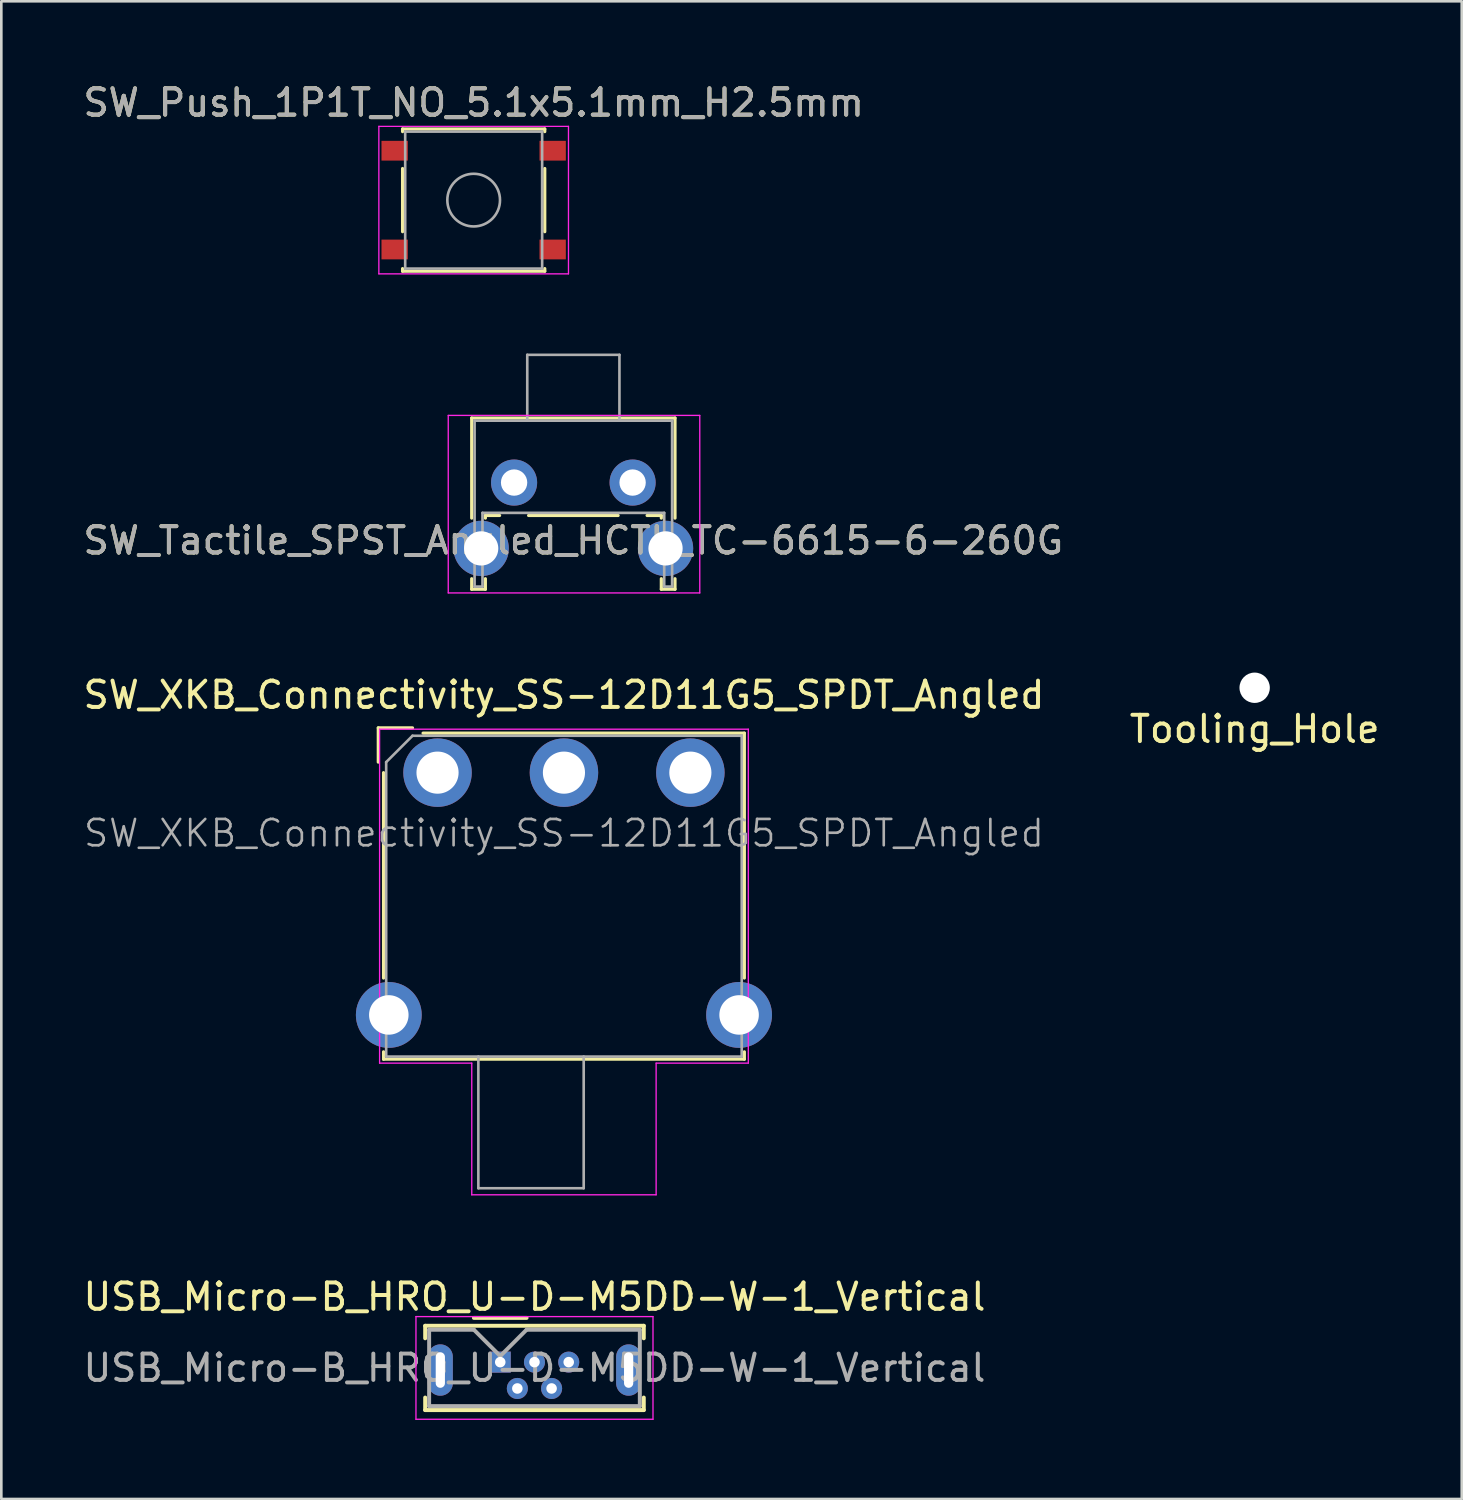
<source format=kicad_pcb>
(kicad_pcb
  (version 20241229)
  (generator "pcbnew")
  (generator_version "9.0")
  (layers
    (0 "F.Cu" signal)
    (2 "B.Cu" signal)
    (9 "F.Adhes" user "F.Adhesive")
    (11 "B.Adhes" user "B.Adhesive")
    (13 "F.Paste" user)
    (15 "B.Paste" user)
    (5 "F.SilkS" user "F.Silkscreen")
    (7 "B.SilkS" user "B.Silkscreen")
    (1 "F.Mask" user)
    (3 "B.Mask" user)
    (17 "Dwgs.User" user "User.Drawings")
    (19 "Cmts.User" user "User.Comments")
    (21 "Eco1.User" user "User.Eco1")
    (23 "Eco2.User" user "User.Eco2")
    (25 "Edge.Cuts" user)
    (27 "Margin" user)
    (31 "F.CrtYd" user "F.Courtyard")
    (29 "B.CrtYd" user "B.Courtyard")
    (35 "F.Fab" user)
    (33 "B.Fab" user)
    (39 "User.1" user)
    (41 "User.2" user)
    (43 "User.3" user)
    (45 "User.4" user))
  (footprint "Tooling_Hole"
    (layer "F.Cu")
    (at 44.589 23.064)
    (property "Reference" "Tooling_Hole" (at 0 1.57 0) (layer "F.SilkS") (effects (font (size 1 1) (thickness 0.15))))
    (attr through_hole)
    (pad "" np_thru_hole circle (at 0 0) (size 1.152 1.152) (drill 1.152) (layers "*.Cu" "*.Mask")))
  (footprint "SW_Push_1P1T_NO_5.1x5.1mm_H2.5mm"
    (layer "F.Cu")
    (at 14.935 4.548)
    (property "Reference" "SW_Push_1P1T_NO_5.1x5.1mm_H2.5mm" (at 0 -3.7 0) (layer "F.SilkS") (effects (font (size 1 1) (thickness 0.15))))
    (attr smd)
    (fp_line (start -2.7 -2.7) (end -2.7 -2.6) (stroke (width 0.12) (type solid)) (layer "F.SilkS"))
    (fp_line (start -2.7 -2.7) (end 2.7 -2.7) (stroke (width 0.12) (type solid)) (layer "F.SilkS"))
    (fp_line (start -2.7 -1.2) (end -2.7 1.2) (stroke (width 0.12) (type solid)) (layer "F.SilkS"))
    (fp_line (start -2.7 2.7) (end -2.7 2.6) (stroke (width 0.12) (type solid)) (layer "F.SilkS"))
    (fp_line (start -2.7 2.7) (end 2.7 2.7) (stroke (width 0.12) (type solid)) (layer "F.SilkS"))
    (fp_line (start 2.7 -2.7) (end 2.7 -2.6) (stroke (width 0.12) (type solid)) (layer "F.SilkS"))
    (fp_line (start 2.7 -1.2) (end 2.7 1.2) (stroke (width 0.12) (type solid)) (layer "F.SilkS"))
    (fp_line (start 2.7 2.7) (end 2.7 2.6) (stroke (width 0.12) (type solid)) (layer "F.SilkS"))
    (fp_line (start -3.6 -2.8) (end -3.6 2.8) (stroke (width 0.05) (type solid)) (layer "F.CrtYd"))
    (fp_line (start -3.6 -2.8) (end 3.6 -2.8) (stroke (width 0.05) (type solid)) (layer "F.CrtYd"))
    (fp_line (start -3.6 2.8) (end 3.6 2.8) (stroke (width 0.05) (type solid)) (layer "F.CrtYd"))
    (fp_line (start 3.6 2.8) (end 3.6 -2.8) (stroke (width 0.05) (type solid)) (layer "F.CrtYd"))
    (fp_line (start -2.6 -2.6) (end -2.6 2.6) (stroke (width 0.1) (type solid)) (layer "F.Fab"))
    (fp_line (start -2.6 2.6) (end 2.6 2.6) (stroke (width 0.1) (type solid)) (layer "F.Fab"))
    (fp_line (start 2.6 -2.6) (end -2.6 -2.6) (stroke (width 0.1) (type solid)) (layer "F.Fab"))
    (fp_line (start 2.6 2.6) (end 2.6 -2.6) (stroke (width 0.1) (type solid)) (layer "F.Fab"))
    (fp_circle (center 0 0) (end 1 0) (stroke (width 0.1) (type solid)) (fill no) (layer "F.Fab"))
    (fp_text user "${REFERENCE}" (at 0 -3.7 0) (layer "F.Fab") (effects (font (size 1 1) (thickness 0.15))))
    (pad "1" smd rect (at -3 -1.875) (size 1 0.75) (layers "F.Cu" "F.Mask" "F.Paste"))
    (pad "1" smd rect (at 3 -1.875) (size 1 0.75) (layers "F.Cu" "F.Mask" "F.Paste"))
    (pad "2" smd rect (at -3 1.875) (size 1 0.75) (layers "F.Cu" "F.Mask" "F.Paste"))
    (pad "2" smd rect (at 3 1.875) (size 1 0.75) (layers "F.Cu" "F.Mask" "F.Paste")))
  (footprint "SW_XKB_Connectivity_SS-12D11G5_SPDT_Angled"
    (layer "F.Cu")
    (at 13.563 26.287)
    (property "Reference" "SW_XKB_Connectivity_SS-12D11G5_SPDT_Angled" (at 4.8 -2.95 0) (layer "F.SilkS") (effects (font (size 1 1) (thickness 0.15))))
    (attr through_hole)
    (fp_line (start -2.25 -1.7) (end -0.95 -1.7) (stroke (width 0.12) (type solid)) (layer "F.SilkS"))
    (fp_line (start -2.25 -0.4) (end -2.25 -1.7) (stroke (width 0.12) (type solid)) (layer "F.SilkS"))
    (fp_line (start -2.05 7.8) (end -2.05 0) (stroke (width 0.12) (type solid)) (layer "F.SilkS"))
    (fp_line (start -2.05 10.88) (end -2.05 10.6) (stroke (width 0.12) (type solid)) (layer "F.SilkS"))
    (fp_line (start -0.55 -1.5) (end 11.65 -1.5) (stroke (width 0.12) (type solid)) (layer "F.SilkS"))
    (fp_line (start 11.65 -1.5) (end 11.65 7.8) (stroke (width 0.12) (type solid)) (layer "F.SilkS"))
    (fp_line (start 11.65 10.88) (end -2.05 10.88) (stroke (width 0.12) (type solid)) (layer "F.SilkS"))
    (fp_line (start 11.65 10.88) (end 11.65 10.6) (stroke (width 0.12) (type solid)) (layer "F.SilkS"))
    (fp_line (start -2.2 -1.65) (end 11.8 -1.65) (stroke (width 0.05) (type solid)) (layer "F.CrtYd"))
    (fp_line (start -2.2 11.03) (end -2.2 -1.65) (stroke (width 0.05) (type solid)) (layer "F.CrtYd"))
    (fp_line (start 1.3 11.03) (end -2.2 11.03) (stroke (width 0.05) (type solid)) (layer "F.CrtYd"))
    (fp_line (start 1.3 16.03) (end 1.3 11.03) (stroke (width 0.05) (type solid)) (layer "F.CrtYd"))
    (fp_line (start 8.3 11.03) (end 8.3 16.03) (stroke (width 0.05) (type solid)) (layer "F.CrtYd"))
    (fp_line (start 8.3 16.03) (end 1.3 16.03) (stroke (width 0.05) (type solid)) (layer "F.CrtYd"))
    (fp_line (start 11.8 -1.65) (end 11.8 11.03) (stroke (width 0.05) (type solid)) (layer "F.CrtYd"))
    (fp_line (start 11.8 11.03) (end 8.3 11.03) (stroke (width 0.05) (type solid)) (layer "F.CrtYd"))
    (fp_line (start -1.95 10.78) (end -1.95 -0.4) (stroke (width 0.1) (type solid)) (layer "F.Fab"))
    (fp_line (start -0.95 -1.4) (end -1.95 -0.4) (stroke (width 0.1) (type solid)) (layer "F.Fab"))
    (fp_line (start -0.95 -1.4) (end 11.55 -1.4) (stroke (width 0.1) (type solid)) (layer "F.Fab"))
    (fp_line (start 1.55 15.78) (end 1.55 10.78) (stroke (width 0.1) (type solid)) (layer "F.Fab"))
    (fp_line (start 5.55 15.78) (end 1.55 15.78) (stroke (width 0.1) (type solid)) (layer "F.Fab"))
    (fp_line (start 5.55 15.78) (end 5.55 10.78) (stroke (width 0.1) (type solid)) (layer "F.Fab"))
    (fp_line (start 11.55 -1.4) (end 11.55 10.78) (stroke (width 0.1) (type solid)) (layer "F.Fab"))
    (fp_line (start 11.55 10.78) (end -1.95 10.78) (stroke (width 0.1) (type solid)) (layer "F.Fab"))
    (fp_text user "${REFERENCE}" (at 4.8 2.3 0) (layer "F.Fab") (effects (font (size 1 1) (thickness 0.1))))
    (pad "" thru_hole circle (at -1.85 9.2) (size 2.5 2.5) (drill 1.5) (layers "*.Cu" "*.Mask"))
    (pad "" thru_hole circle (at 11.45 9.2) (size 2.5 2.5) (drill 1.5) (layers "*.Cu" "*.Mask"))
    (pad "1" thru_hole circle (at 0 0) (size 2.6 2.6) (drill 1.6) (layers "*.Cu" "*.Mask"))
    (pad "2" thru_hole circle (at 4.8 0) (size 2.6 2.6) (drill 1.6) (layers "*.Cu" "*.Mask"))
    (pad "3" thru_hole circle (at 9.6 0) (size 2.6 2.6) (drill 1.6) (layers "*.Cu" "*.Mask")))
  (footprint "SW_Tactile_SPST_Angled_HCTL_TC-6615-6-260G"
    (layer "F.Cu")
    (at 16.47 15.273)
    (property "Reference" "SW_Tactile_SPST_Angled_HCTL_TC-6615-6-260G" (at 2.25 2.2 0) (layer "F.SilkS") (effects (font (size 1 1) (thickness 0.15))))
    (attr through_hole)
    (fp_line (start -1.61 -2.45) (end -1.61 1.35) (stroke (width 0.12) (type solid)) (layer "F.SilkS"))
    (fp_line (start -1.61 -2.45) (end 6.11 -2.45) (stroke (width 0.12) (type solid)) (layer "F.SilkS"))
    (fp_line (start -1.61 3.65) (end -1.61 4.05) (stroke (width 0.12) (type solid)) (layer "F.SilkS"))
    (fp_line (start -1.61 4.05) (end -1.09 4.05) (stroke (width 0.12) (type solid)) (layer "F.SilkS"))
    (fp_line (start -1.09 1.25) (end -1.09 1.35) (stroke (width 0.12) (type solid)) (layer "F.SilkS"))
    (fp_line (start -1.09 1.25) (end -0.55 1.25) (stroke (width 0.12) (type solid)) (layer "F.SilkS"))
    (fp_line (start -1.09 3.65) (end -1.09 4.05) (stroke (width 0.12) (type solid)) (layer "F.SilkS"))
    (fp_line (start 0.55 1.25) (end 3.95 1.25) (stroke (width 0.12) (type solid)) (layer "F.SilkS"))
    (fp_line (start 5.05 1.25) (end 5.59 1.25) (stroke (width 0.12) (type solid)) (layer "F.SilkS"))
    (fp_line (start 5.59 1.25) (end 5.59 1.35) (stroke (width 0.12) (type solid)) (layer "F.SilkS"))
    (fp_line (start 5.59 3.65) (end 5.59 4.05) (stroke (width 0.12) (type solid)) (layer "F.SilkS"))
    (fp_line (start 5.59 4.05) (end 6.11 4.05) (stroke (width 0.12) (type solid)) (layer "F.SilkS"))
    (fp_line (start 6.11 -2.45) (end 6.11 1.35) (stroke (width 0.12) (type solid)) (layer "F.SilkS"))
    (fp_line (start 6.11 3.65) (end 6.11 4.05) (stroke (width 0.12) (type solid)) (layer "F.SilkS"))
    (fp_line (start -2.5 -2.55) (end 7.05 -2.55) (stroke (width 0.05) (type solid)) (layer "F.CrtYd"))
    (fp_line (start -2.5 4.19) (end -2.5 -2.55) (stroke (width 0.05) (type solid)) (layer "F.CrtYd"))
    (fp_line (start 7.05 -2.55) (end 7.05 4.19) (stroke (width 0.05) (type solid)) (layer "F.CrtYd"))
    (fp_line (start 7.05 4.19) (end -2.5 4.19) (stroke (width 0.05) (type solid)) (layer "F.CrtYd"))
    (fp_line (start -1.5 -2.35) (end 6 -2.35) (stroke (width 0.1) (type solid)) (layer "F.Fab"))
    (fp_line (start -1.5 3.95) (end -1.5 -2.35) (stroke (width 0.1) (type solid)) (layer "F.Fab"))
    (fp_line (start -1.5 3.95) (end -1.2 3.95) (stroke (width 0.1) (type solid)) (layer "F.Fab"))
    (fp_line (start -1.2 1.15) (end 5.7 1.15) (stroke (width 0.1) (type solid)) (layer "F.Fab"))
    (fp_line (start -1.2 3.95) (end -1.2 1.15) (stroke (width 0.1) (type solid)) (layer "F.Fab"))
    (fp_line (start 0.5 -4.85) (end 0.5 -2.35) (stroke (width 0.1) (type solid)) (layer "F.Fab"))
    (fp_line (start 0.5 -4.85) (end 4 -4.85) (stroke (width 0.1) (type solid)) (layer "F.Fab"))
    (fp_line (start 4 -4.85) (end 4 -2.35) (stroke (width 0.1) (type solid)) (layer "F.Fab"))
    (fp_line (start 5.7 3.95) (end 5.7 1.15) (stroke (width 0.1) (type solid)) (layer "F.Fab"))
    (fp_line (start 5.7 3.95) (end 6 3.95) (stroke (width 0.1) (type solid)) (layer "F.Fab"))
    (fp_line (start 6 3.95) (end 6 -2.35) (stroke (width 0.1) (type solid)) (layer "F.Fab"))
    (fp_text user "${REFERENCE}" (at 2.25 2.2 0) (layer "F.Fab") (effects (font (size 1 1) (thickness 0.15))))
    (pad "" thru_hole circle (at -1.25 2.5) (size 2.1 2.1) (drill 1.3) (layers "*.Cu" "*.Mask"))
    (pad "" thru_hole circle (at 5.75 2.5) (size 2.1 2.1) (drill 1.3) (layers "*.Cu" "*.Mask"))
    (pad "1" thru_hole circle (at 0 0) (size 1.75 1.75) (drill 1) (layers "*.Cu" "*.Mask"))
    (pad "2" thru_hole circle (at 4.5 0) (size 1.75 1.75) (drill 1) (layers "*.Cu" "*.Mask")))
  (footprint "USB_Micro-B_HRO_U-D-M5DD-W-1_Vertical"
    (layer "F.Cu")
    (at 15.944 48.67)
    (property "Reference" "USB_Micro-B_HRO_U-D-M5DD-W-1_Vertical" (at 1.3 -2.48 0) (layer "F.SilkS") (effects (font (size 1 1) (thickness 0.15))))
    (attr through_hole)
    (fp_line (start -2.85 -1.38) (end 5.45 -1.38) (stroke (width 0.15) (type solid)) (layer "F.SilkS"))
    (fp_line (start -2.85 -0.905) (end -2.85 -1.38) (stroke (width 0.15) (type solid)) (layer "F.SilkS"))
    (fp_line (start -2.85 1.345) (end -2.85 1.82) (stroke (width 0.15) (type solid)) (layer "F.SilkS"))
    (fp_line (start -2.85 1.82) (end 5.45 1.82) (stroke (width 0.15) (type solid)) (layer "F.SilkS"))
    (fp_line (start -1 -1.68) (end 1 -1.68) (stroke (width 0.15) (type solid)) (layer "F.SilkS"))
    (fp_line (start 5.45 -1.38) (end 5.45 -0.905) (stroke (width 0.15) (type solid)) (layer "F.SilkS"))
    (fp_line (start 5.45 1.82) (end 5.45 1.345) (stroke (width 0.15) (type solid)) (layer "F.SilkS"))
    (fp_line (start -3.2 -1.73) (end -3.2 2.17) (stroke (width 0.05) (type solid)) (layer "F.CrtYd"))
    (fp_line (start -3.2 2.17) (end 5.8 2.17) (stroke (width 0.05) (type solid)) (layer "F.CrtYd"))
    (fp_line (start 5.8 -1.73) (end -3.2 -1.73) (stroke (width 0.05) (type solid)) (layer "F.CrtYd"))
    (fp_line (start 5.8 2.17) (end 5.8 -1.73) (stroke (width 0.05) (type solid)) (layer "F.CrtYd"))
    (fp_line (start -2.7 -1.23) (end -1 -1.23) (stroke (width 0.15) (type solid)) (layer "F.Fab"))
    (fp_line (start -2.7 1.67) (end -2.7 -1.23) (stroke (width 0.15) (type solid)) (layer "F.Fab"))
    (fp_line (start -1 -1.23) (end 0 -0.23) (stroke (width 0.15) (type solid)) (layer "F.Fab"))
    (fp_line (start 0 -0.23) (end 1 -1.23) (stroke (width 0.15) (type solid)) (layer "F.Fab"))
    (fp_line (start 1 -1.23) (end 5.3 -1.23) (stroke (width 0.15) (type solid)) (layer "F.Fab"))
    (fp_line (start 5.3 -1.23) (end 5.3 1.67) (stroke (width 0.15) (type solid)) (layer "F.Fab"))
    (fp_line (start 5.3 1.67) (end -2.7 1.67) (stroke (width 0.15) (type solid)) (layer "F.Fab"))
    (fp_text user "${REFERENCE}" (at 1.3 0.22 0) (layer "F.Fab") (effects (font (size 1 1) (thickness 0.15))))
    (pad "1" thru_hole rect (at 0 0) (size 0.8 0.8) (drill 0.4) (layers "*.Cu" "*.Mask"))
    (pad "2" thru_hole circle (at 0.65 1) (size 0.8 0.8) (drill 0.4) (layers "*.Cu" "*.Mask"))
    (pad "3" thru_hole circle (at 1.3 0) (size 0.8 0.8) (drill 0.4) (layers "*.Cu" "*.Mask"))
    (pad "4" thru_hole circle (at 1.95 1) (size 0.8 0.8) (drill 0.4) (layers "*.Cu" "*.Mask"))
    (pad "5" thru_hole circle (at 2.6 0) (size 0.8 0.8) (drill 0.4) (layers "*.Cu" "*.Mask"))
    (pad "6" thru_hole oval (at -2.275 0.3) (size 0.95 1.95) (drill oval 0.35 1.35) (layers "*.Cu" "*.Mask"))
    (pad "6" thru_hole oval (at 4.875 0.3) (size 0.95 1.95) (drill oval 0.35 1.35) (layers "*.Cu" "*.Mask")))
  (gr_rect
    (start -3 -3)
    (end 52.452 53.865)
    (stroke (width 0.1) (type default))
    (fill no)
    (layer "Edge.Cuts")))
</source>
